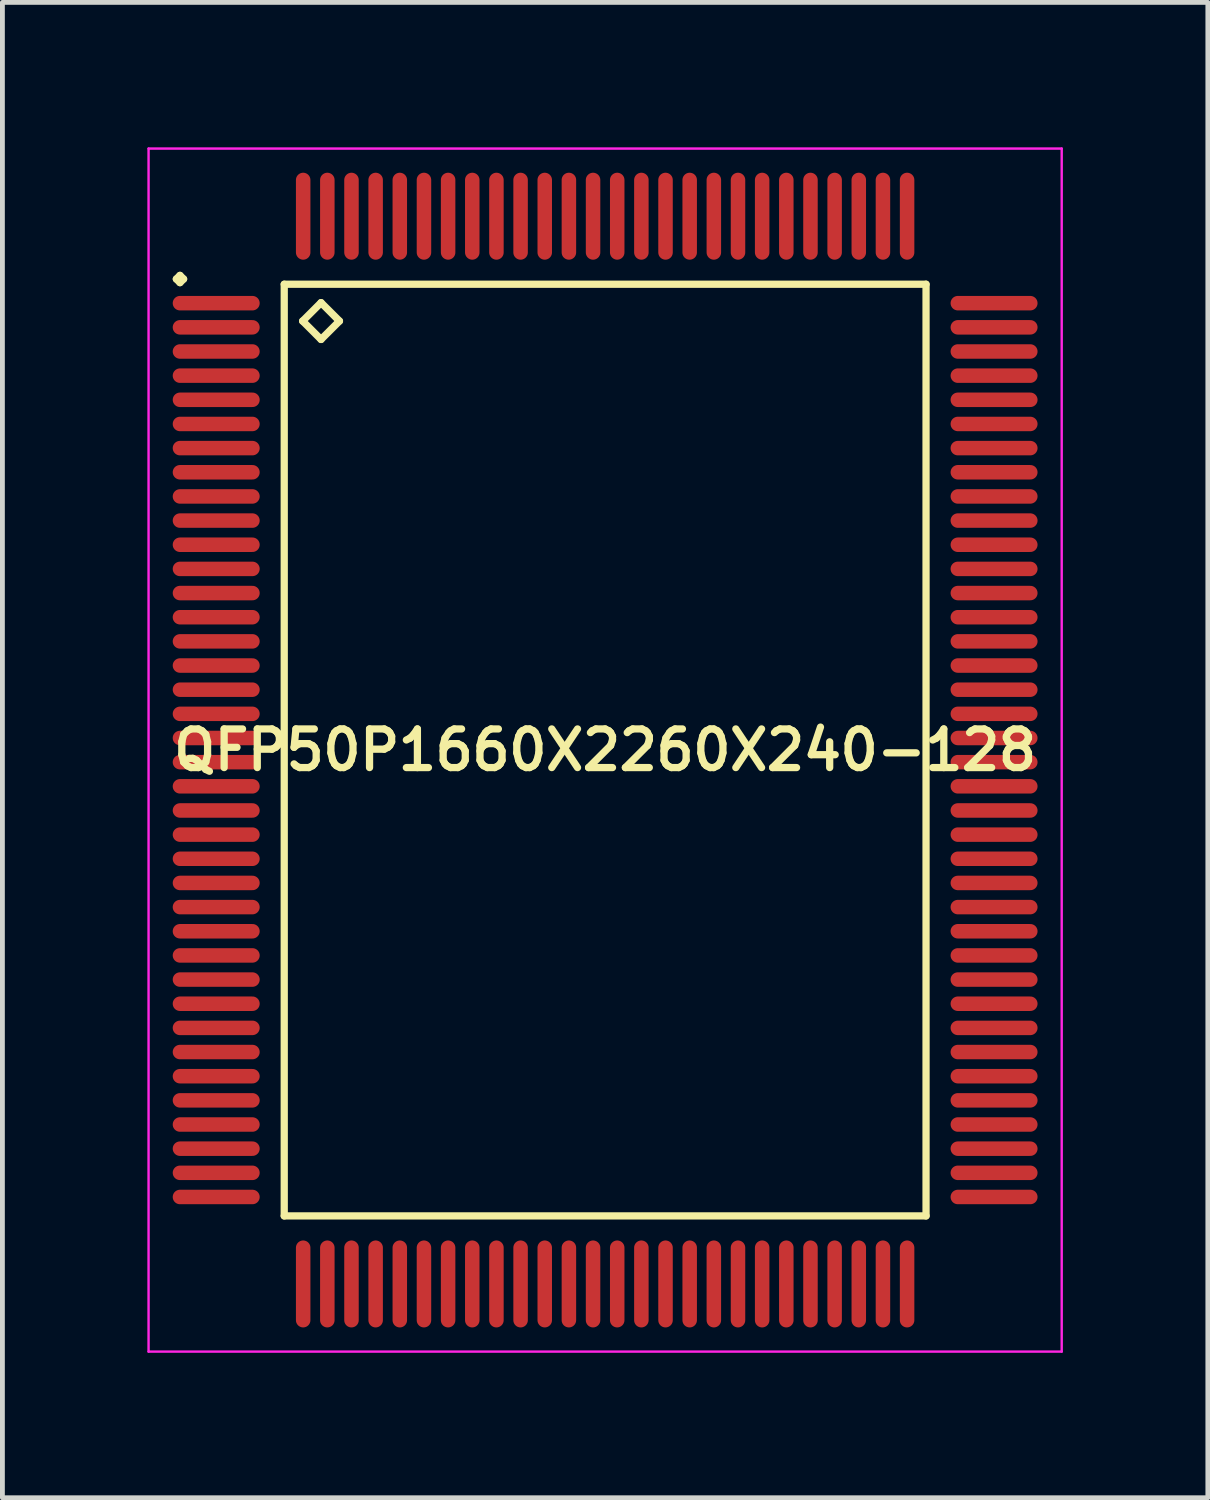
<source format=kicad_pcb>
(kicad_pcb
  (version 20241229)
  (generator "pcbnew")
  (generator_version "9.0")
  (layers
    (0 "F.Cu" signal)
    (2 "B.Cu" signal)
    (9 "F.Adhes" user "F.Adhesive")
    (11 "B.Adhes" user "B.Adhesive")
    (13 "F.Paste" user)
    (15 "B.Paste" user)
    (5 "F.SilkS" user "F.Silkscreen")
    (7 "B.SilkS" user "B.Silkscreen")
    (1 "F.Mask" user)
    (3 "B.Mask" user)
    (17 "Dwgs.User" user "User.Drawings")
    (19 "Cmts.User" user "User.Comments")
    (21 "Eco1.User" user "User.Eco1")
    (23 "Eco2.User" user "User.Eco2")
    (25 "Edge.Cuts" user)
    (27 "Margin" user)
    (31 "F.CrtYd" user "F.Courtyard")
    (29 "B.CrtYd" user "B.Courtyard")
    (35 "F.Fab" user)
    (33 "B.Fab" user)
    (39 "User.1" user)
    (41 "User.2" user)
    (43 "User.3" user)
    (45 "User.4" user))
  (footprint "QFP50P1660X2260X240-128"
    (layer "F.Cu")
    (at 9.475 12.475)
    (property "Reference" "QFP50P1660X2260X240-128" (at 0 0 0) (layer "F.SilkS") (effects (font (size 0.8 0.8) (thickness 0.15))))
    (attr smd)
    (fp_line (start -8.875 -9.75) (end -8.8 -9.825) (stroke (width 0.15) (type solid)) (layer "F.SilkS"))
    (fp_line (start -8.8 -9.825) (end -8.725 -9.75) (stroke (width 0.15) (type solid)) (layer "F.SilkS"))
    (fp_line (start -8.8 -9.675) (end -8.875 -9.75) (stroke (width 0.15) (type solid)) (layer "F.SilkS"))
    (fp_line (start -8.725 -9.75) (end -8.8 -9.675) (stroke (width 0.15) (type solid)) (layer "F.SilkS"))
    (fp_line (start -6.642 -9.642) (end -6.642 9.642) (stroke (width 0.15) (type solid)) (layer "F.SilkS"))
    (fp_line (start -6.642 9.642) (end 6.642 9.642) (stroke (width 0.15) (type solid)) (layer "F.SilkS"))
    (fp_line (start -6.261 -8.88) (end -5.88 -9.261) (stroke (width 0.15) (type solid)) (layer "F.SilkS"))
    (fp_line (start -5.88 -9.261) (end -5.499 -8.88) (stroke (width 0.15) (type solid)) (layer "F.SilkS"))
    (fp_line (start -5.88 -8.499) (end -6.261 -8.88) (stroke (width 0.15) (type solid)) (layer "F.SilkS"))
    (fp_line (start -5.499 -8.88) (end -5.88 -8.499) (stroke (width 0.15) (type solid)) (layer "F.SilkS"))
    (fp_line (start 6.642 -9.642) (end -6.642 -9.642) (stroke (width 0.15) (type solid)) (layer "F.SilkS"))
    (fp_line (start 6.642 9.642) (end 6.642 -9.642) (stroke (width 0.15) (type solid)) (layer "F.SilkS"))
    (fp_line (start -9.45 -12.45) (end 9.45 -12.45) (stroke (width 0.05) (type solid)) (layer "F.CrtYd"))
    (fp_line (start -9.45 12.45) (end -9.45 -12.45) (stroke (width 0.05) (type solid)) (layer "F.CrtYd"))
    (fp_line (start 9.45 -12.45) (end 9.45 12.45) (stroke (width 0.05) (type solid)) (layer "F.CrtYd"))
    (fp_line (start 9.45 12.45) (end -9.45 12.45) (stroke (width 0.05) (type solid)) (layer "F.CrtYd"))
    (pad "1" smd oval (at -8.05 -9.25) (size 1.8 0.3) (layers "F.Cu" "F.Mask" "F.Paste"))
    (pad "2" smd oval (at -8.05 -8.75) (size 1.8 0.3) (layers "F.Cu" "F.Mask" "F.Paste"))
    (pad "3" smd oval (at -8.05 -8.25) (size 1.8 0.3) (layers "F.Cu" "F.Mask" "F.Paste"))
    (pad "4" smd oval (at -8.05 -7.75) (size 1.8 0.3) (layers "F.Cu" "F.Mask" "F.Paste"))
    (pad "5" smd oval (at -8.05 -7.25) (size 1.8 0.3) (layers "F.Cu" "F.Mask" "F.Paste"))
    (pad "6" smd oval (at -8.05 -6.75) (size 1.8 0.3) (layers "F.Cu" "F.Mask" "F.Paste"))
    (pad "7" smd oval (at -8.05 -6.25) (size 1.8 0.3) (layers "F.Cu" "F.Mask" "F.Paste"))
    (pad "8" smd oval (at -8.05 -5.75) (size 1.8 0.3) (layers "F.Cu" "F.Mask" "F.Paste"))
    (pad "9" smd oval (at -8.05 -5.25) (size 1.8 0.3) (layers "F.Cu" "F.Mask" "F.Paste"))
    (pad "10" smd oval (at -8.05 -4.75) (size 1.8 0.3) (layers "F.Cu" "F.Mask" "F.Paste"))
    (pad "11" smd oval (at -8.05 -4.25) (size 1.8 0.3) (layers "F.Cu" "F.Mask" "F.Paste"))
    (pad "12" smd oval (at -8.05 -3.75) (size 1.8 0.3) (layers "F.Cu" "F.Mask" "F.Paste"))
    (pad "13" smd oval (at -8.05 -3.25) (size 1.8 0.3) (layers "F.Cu" "F.Mask" "F.Paste"))
    (pad "14" smd oval (at -8.05 -2.75) (size 1.8 0.3) (layers "F.Cu" "F.Mask" "F.Paste"))
    (pad "15" smd oval (at -8.05 -2.25) (size 1.8 0.3) (layers "F.Cu" "F.Mask" "F.Paste"))
    (pad "16" smd oval (at -8.05 -1.75) (size 1.8 0.3) (layers "F.Cu" "F.Mask" "F.Paste"))
    (pad "17" smd oval (at -8.05 -1.25) (size 1.8 0.3) (layers "F.Cu" "F.Mask" "F.Paste"))
    (pad "18" smd oval (at -8.05 -0.75) (size 1.8 0.3) (layers "F.Cu" "F.Mask" "F.Paste"))
    (pad "19" smd oval (at -8.05 -0.25) (size 1.8 0.3) (layers "F.Cu" "F.Mask" "F.Paste"))
    (pad "20" smd oval (at -8.05 0.25) (size 1.8 0.3) (layers "F.Cu" "F.Mask" "F.Paste"))
    (pad "21" smd oval (at -8.05 0.75) (size 1.8 0.3) (layers "F.Cu" "F.Mask" "F.Paste"))
    (pad "22" smd oval (at -8.05 1.25) (size 1.8 0.3) (layers "F.Cu" "F.Mask" "F.Paste"))
    (pad "23" smd oval (at -8.05 1.75) (size 1.8 0.3) (layers "F.Cu" "F.Mask" "F.Paste"))
    (pad "24" smd oval (at -8.05 2.25) (size 1.8 0.3) (layers "F.Cu" "F.Mask" "F.Paste"))
    (pad "25" smd oval (at -8.05 2.75) (size 1.8 0.3) (layers "F.Cu" "F.Mask" "F.Paste"))
    (pad "26" smd oval (at -8.05 3.25) (size 1.8 0.3) (layers "F.Cu" "F.Mask" "F.Paste"))
    (pad "27" smd oval (at -8.05 3.75) (size 1.8 0.3) (layers "F.Cu" "F.Mask" "F.Paste"))
    (pad "28" smd oval (at -8.05 4.25) (size 1.8 0.3) (layers "F.Cu" "F.Mask" "F.Paste"))
    (pad "29" smd oval (at -8.05 4.75) (size 1.8 0.3) (layers "F.Cu" "F.Mask" "F.Paste"))
    (pad "30" smd oval (at -8.05 5.25) (size 1.8 0.3) (layers "F.Cu" "F.Mask" "F.Paste"))
    (pad "31" smd oval (at -8.05 5.75) (size 1.8 0.3) (layers "F.Cu" "F.Mask" "F.Paste"))
    (pad "32" smd oval (at -8.05 6.25) (size 1.8 0.3) (layers "F.Cu" "F.Mask" "F.Paste"))
    (pad "33" smd oval (at -8.05 6.75) (size 1.8 0.3) (layers "F.Cu" "F.Mask" "F.Paste"))
    (pad "34" smd oval (at -8.05 7.25) (size 1.8 0.3) (layers "F.Cu" "F.Mask" "F.Paste"))
    (pad "35" smd oval (at -8.05 7.75) (size 1.8 0.3) (layers "F.Cu" "F.Mask" "F.Paste"))
    (pad "36" smd oval (at -8.05 8.25) (size 1.8 0.3) (layers "F.Cu" "F.Mask" "F.Paste"))
    (pad "37" smd oval (at -8.05 8.75) (size 1.8 0.3) (layers "F.Cu" "F.Mask" "F.Paste"))
    (pad "38" smd oval (at -8.05 9.25) (size 1.8 0.3) (layers "F.Cu" "F.Mask" "F.Paste"))
    (pad "39" smd oval (at -6.25 11.05) (size 0.3 1.8) (layers "F.Cu" "F.Mask" "F.Paste"))
    (pad "40" smd oval (at -5.75 11.05) (size 0.3 1.8) (layers "F.Cu" "F.Mask" "F.Paste"))
    (pad "41" smd oval (at -5.25 11.05) (size 0.3 1.8) (layers "F.Cu" "F.Mask" "F.Paste"))
    (pad "42" smd oval (at -4.75 11.05) (size 0.3 1.8) (layers "F.Cu" "F.Mask" "F.Paste"))
    (pad "43" smd oval (at -4.25 11.05) (size 0.3 1.8) (layers "F.Cu" "F.Mask" "F.Paste"))
    (pad "44" smd oval (at -3.75 11.05) (size 0.3 1.8) (layers "F.Cu" "F.Mask" "F.Paste"))
    (pad "45" smd oval (at -3.25 11.05) (size 0.3 1.8) (layers "F.Cu" "F.Mask" "F.Paste"))
    (pad "46" smd oval (at -2.75 11.05) (size 0.3 1.8) (layers "F.Cu" "F.Mask" "F.Paste"))
    (pad "47" smd oval (at -2.25 11.05) (size 0.3 1.8) (layers "F.Cu" "F.Mask" "F.Paste"))
    (pad "48" smd oval (at -1.75 11.05) (size 0.3 1.8) (layers "F.Cu" "F.Mask" "F.Paste"))
    (pad "49" smd oval (at -1.25 11.05) (size 0.3 1.8) (layers "F.Cu" "F.Mask" "F.Paste"))
    (pad "50" smd oval (at -0.75 11.05) (size 0.3 1.8) (layers "F.Cu" "F.Mask" "F.Paste"))
    (pad "51" smd oval (at -0.25 11.05) (size 0.3 1.8) (layers "F.Cu" "F.Mask" "F.Paste"))
    (pad "52" smd oval (at 0.25 11.05) (size 0.3 1.8) (layers "F.Cu" "F.Mask" "F.Paste"))
    (pad "53" smd oval (at 0.75 11.05) (size 0.3 1.8) (layers "F.Cu" "F.Mask" "F.Paste"))
    (pad "54" smd oval (at 1.25 11.05) (size 0.3 1.8) (layers "F.Cu" "F.Mask" "F.Paste"))
    (pad "55" smd oval (at 1.75 11.05) (size 0.3 1.8) (layers "F.Cu" "F.Mask" "F.Paste"))
    (pad "56" smd oval (at 2.25 11.05) (size 0.3 1.8) (layers "F.Cu" "F.Mask" "F.Paste"))
    (pad "57" smd oval (at 2.75 11.05) (size 0.3 1.8) (layers "F.Cu" "F.Mask" "F.Paste"))
    (pad "58" smd oval (at 3.25 11.05) (size 0.3 1.8) (layers "F.Cu" "F.Mask" "F.Paste"))
    (pad "59" smd oval (at 3.75 11.05) (size 0.3 1.8) (layers "F.Cu" "F.Mask" "F.Paste"))
    (pad "60" smd oval (at 4.25 11.05) (size 0.3 1.8) (layers "F.Cu" "F.Mask" "F.Paste"))
    (pad "61" smd oval (at 4.75 11.05) (size 0.3 1.8) (layers "F.Cu" "F.Mask" "F.Paste"))
    (pad "62" smd oval (at 5.25 11.05) (size 0.3 1.8) (layers "F.Cu" "F.Mask" "F.Paste"))
    (pad "63" smd oval (at 5.75 11.05) (size 0.3 1.8) (layers "F.Cu" "F.Mask" "F.Paste"))
    (pad "64" smd oval (at 6.25 11.05) (size 0.3 1.8) (layers "F.Cu" "F.Mask" "F.Paste"))
    (pad "65" smd oval (at 8.05 9.25) (size 1.8 0.3) (layers "F.Cu" "F.Mask" "F.Paste"))
    (pad "66" smd oval (at 8.05 8.75) (size 1.8 0.3) (layers "F.Cu" "F.Mask" "F.Paste"))
    (pad "67" smd oval (at 8.05 8.25) (size 1.8 0.3) (layers "F.Cu" "F.Mask" "F.Paste"))
    (pad "68" smd oval (at 8.05 7.75) (size 1.8 0.3) (layers "F.Cu" "F.Mask" "F.Paste"))
    (pad "69" smd oval (at 8.05 7.25) (size 1.8 0.3) (layers "F.Cu" "F.Mask" "F.Paste"))
    (pad "70" smd oval (at 8.05 6.75) (size 1.8 0.3) (layers "F.Cu" "F.Mask" "F.Paste"))
    (pad "71" smd oval (at 8.05 6.25) (size 1.8 0.3) (layers "F.Cu" "F.Mask" "F.Paste"))
    (pad "72" smd oval (at 8.05 5.75) (size 1.8 0.3) (layers "F.Cu" "F.Mask" "F.Paste"))
    (pad "73" smd oval (at 8.05 5.25) (size 1.8 0.3) (layers "F.Cu" "F.Mask" "F.Paste"))
    (pad "74" smd oval (at 8.05 4.75) (size 1.8 0.3) (layers "F.Cu" "F.Mask" "F.Paste"))
    (pad "75" smd oval (at 8.05 4.25) (size 1.8 0.3) (layers "F.Cu" "F.Mask" "F.Paste"))
    (pad "76" smd oval (at 8.05 3.75) (size 1.8 0.3) (layers "F.Cu" "F.Mask" "F.Paste"))
    (pad "77" smd oval (at 8.05 3.25) (size 1.8 0.3) (layers "F.Cu" "F.Mask" "F.Paste"))
    (pad "78" smd oval (at 8.05 2.75) (size 1.8 0.3) (layers "F.Cu" "F.Mask" "F.Paste"))
    (pad "79" smd oval (at 8.05 2.25) (size 1.8 0.3) (layers "F.Cu" "F.Mask" "F.Paste"))
    (pad "80" smd oval (at 8.05 1.75) (size 1.8 0.3) (layers "F.Cu" "F.Mask" "F.Paste"))
    (pad "81" smd oval (at 8.05 1.25) (size 1.8 0.3) (layers "F.Cu" "F.Mask" "F.Paste"))
    (pad "82" smd oval (at 8.05 0.75) (size 1.8 0.3) (layers "F.Cu" "F.Mask" "F.Paste"))
    (pad "83" smd oval (at 8.05 0.25) (size 1.8 0.3) (layers "F.Cu" "F.Mask" "F.Paste"))
    (pad "84" smd oval (at 8.05 -0.25) (size 1.8 0.3) (layers "F.Cu" "F.Mask" "F.Paste"))
    (pad "85" smd oval (at 8.05 -0.75) (size 1.8 0.3) (layers "F.Cu" "F.Mask" "F.Paste"))
    (pad "86" smd oval (at 8.05 -1.25) (size 1.8 0.3) (layers "F.Cu" "F.Mask" "F.Paste"))
    (pad "87" smd oval (at 8.05 -1.75) (size 1.8 0.3) (layers "F.Cu" "F.Mask" "F.Paste"))
    (pad "88" smd oval (at 8.05 -2.25) (size 1.8 0.3) (layers "F.Cu" "F.Mask" "F.Paste"))
    (pad "89" smd oval (at 8.05 -2.75) (size 1.8 0.3) (layers "F.Cu" "F.Mask" "F.Paste"))
    (pad "90" smd oval (at 8.05 -3.25) (size 1.8 0.3) (layers "F.Cu" "F.Mask" "F.Paste"))
    (pad "91" smd oval (at 8.05 -3.75) (size 1.8 0.3) (layers "F.Cu" "F.Mask" "F.Paste"))
    (pad "92" smd oval (at 8.05 -4.25) (size 1.8 0.3) (layers "F.Cu" "F.Mask" "F.Paste"))
    (pad "93" smd oval (at 8.05 -4.75) (size 1.8 0.3) (layers "F.Cu" "F.Mask" "F.Paste"))
    (pad "94" smd oval (at 8.05 -5.25) (size 1.8 0.3) (layers "F.Cu" "F.Mask" "F.Paste"))
    (pad "95" smd oval (at 8.05 -5.75) (size 1.8 0.3) (layers "F.Cu" "F.Mask" "F.Paste"))
    (pad "96" smd oval (at 8.05 -6.25) (size 1.8 0.3) (layers "F.Cu" "F.Mask" "F.Paste"))
    (pad "97" smd oval (at 8.05 -6.75) (size 1.8 0.3) (layers "F.Cu" "F.Mask" "F.Paste"))
    (pad "98" smd oval (at 8.05 -7.25) (size 1.8 0.3) (layers "F.Cu" "F.Mask" "F.Paste"))
    (pad "99" smd oval (at 8.05 -7.75) (size 1.8 0.3) (layers "F.Cu" "F.Mask" "F.Paste"))
    (pad "100" smd oval (at 8.05 -8.25) (size 1.8 0.3) (layers "F.Cu" "F.Mask" "F.Paste"))
    (pad "101" smd oval (at 8.05 -8.75) (size 1.8 0.3) (layers "F.Cu" "F.Mask" "F.Paste"))
    (pad "102" smd oval (at 8.05 -9.25) (size 1.8 0.3) (layers "F.Cu" "F.Mask" "F.Paste"))
    (pad "103" smd oval (at 6.25 -11.05) (size 0.3 1.8) (layers "F.Cu" "F.Mask" "F.Paste"))
    (pad "104" smd oval (at 5.75 -11.05) (size 0.3 1.8) (layers "F.Cu" "F.Mask" "F.Paste"))
    (pad "105" smd oval (at 5.25 -11.05) (size 0.3 1.8) (layers "F.Cu" "F.Mask" "F.Paste"))
    (pad "106" smd oval (at 4.75 -11.05) (size 0.3 1.8) (layers "F.Cu" "F.Mask" "F.Paste"))
    (pad "107" smd oval (at 4.25 -11.05) (size 0.3 1.8) (layers "F.Cu" "F.Mask" "F.Paste"))
    (pad "108" smd oval (at 3.75 -11.05) (size 0.3 1.8) (layers "F.Cu" "F.Mask" "F.Paste"))
    (pad "109" smd oval (at 3.25 -11.05) (size 0.3 1.8) (layers "F.Cu" "F.Mask" "F.Paste"))
    (pad "110" smd oval (at 2.75 -11.05) (size 0.3 1.8) (layers "F.Cu" "F.Mask" "F.Paste"))
    (pad "111" smd oval (at 2.25 -11.05) (size 0.3 1.8) (layers "F.Cu" "F.Mask" "F.Paste"))
    (pad "112" smd oval (at 1.75 -11.05) (size 0.3 1.8) (layers "F.Cu" "F.Mask" "F.Paste"))
    (pad "113" smd oval (at 1.25 -11.05) (size 0.3 1.8) (layers "F.Cu" "F.Mask" "F.Paste"))
    (pad "114" smd oval (at 0.75 -11.05) (size 0.3 1.8) (layers "F.Cu" "F.Mask" "F.Paste"))
    (pad "115" smd oval (at 0.25 -11.05) (size 0.3 1.8) (layers "F.Cu" "F.Mask" "F.Paste"))
    (pad "116" smd oval (at -0.25 -11.05) (size 0.3 1.8) (layers "F.Cu" "F.Mask" "F.Paste"))
    (pad "117" smd oval (at -0.75 -11.05) (size 0.3 1.8) (layers "F.Cu" "F.Mask" "F.Paste"))
    (pad "118" smd oval (at -1.25 -11.05) (size 0.3 1.8) (layers "F.Cu" "F.Mask" "F.Paste"))
    (pad "119" smd oval (at -1.75 -11.05) (size 0.3 1.8) (layers "F.Cu" "F.Mask" "F.Paste"))
    (pad "120" smd oval (at -2.25 -11.05) (size 0.3 1.8) (layers "F.Cu" "F.Mask" "F.Paste"))
    (pad "121" smd oval (at -2.75 -11.05) (size 0.3 1.8) (layers "F.Cu" "F.Mask" "F.Paste"))
    (pad "122" smd oval (at -3.25 -11.05) (size 0.3 1.8) (layers "F.Cu" "F.Mask" "F.Paste"))
    (pad "123" smd oval (at -3.75 -11.05) (size 0.3 1.8) (layers "F.Cu" "F.Mask" "F.Paste"))
    (pad "124" smd oval (at -4.25 -11.05) (size 0.3 1.8) (layers "F.Cu" "F.Mask" "F.Paste"))
    (pad "125" smd oval (at -4.75 -11.05) (size 0.3 1.8) (layers "F.Cu" "F.Mask" "F.Paste"))
    (pad "126" smd oval (at -5.25 -11.05) (size 0.3 1.8) (layers "F.Cu" "F.Mask" "F.Paste"))
    (pad "127" smd oval (at -5.75 -11.05) (size 0.3 1.8) (layers "F.Cu" "F.Mask" "F.Paste"))
    (pad "128" smd oval (at -6.25 -11.05) (size 0.3 1.8) (layers "F.Cu" "F.Mask" "F.Paste")))
  (gr_rect
    (start -3 -3)
    (end 21.95 27.95)
    (stroke (width 0.1) (type default))
    (fill no)
    (layer "Edge.Cuts")))
</source>
